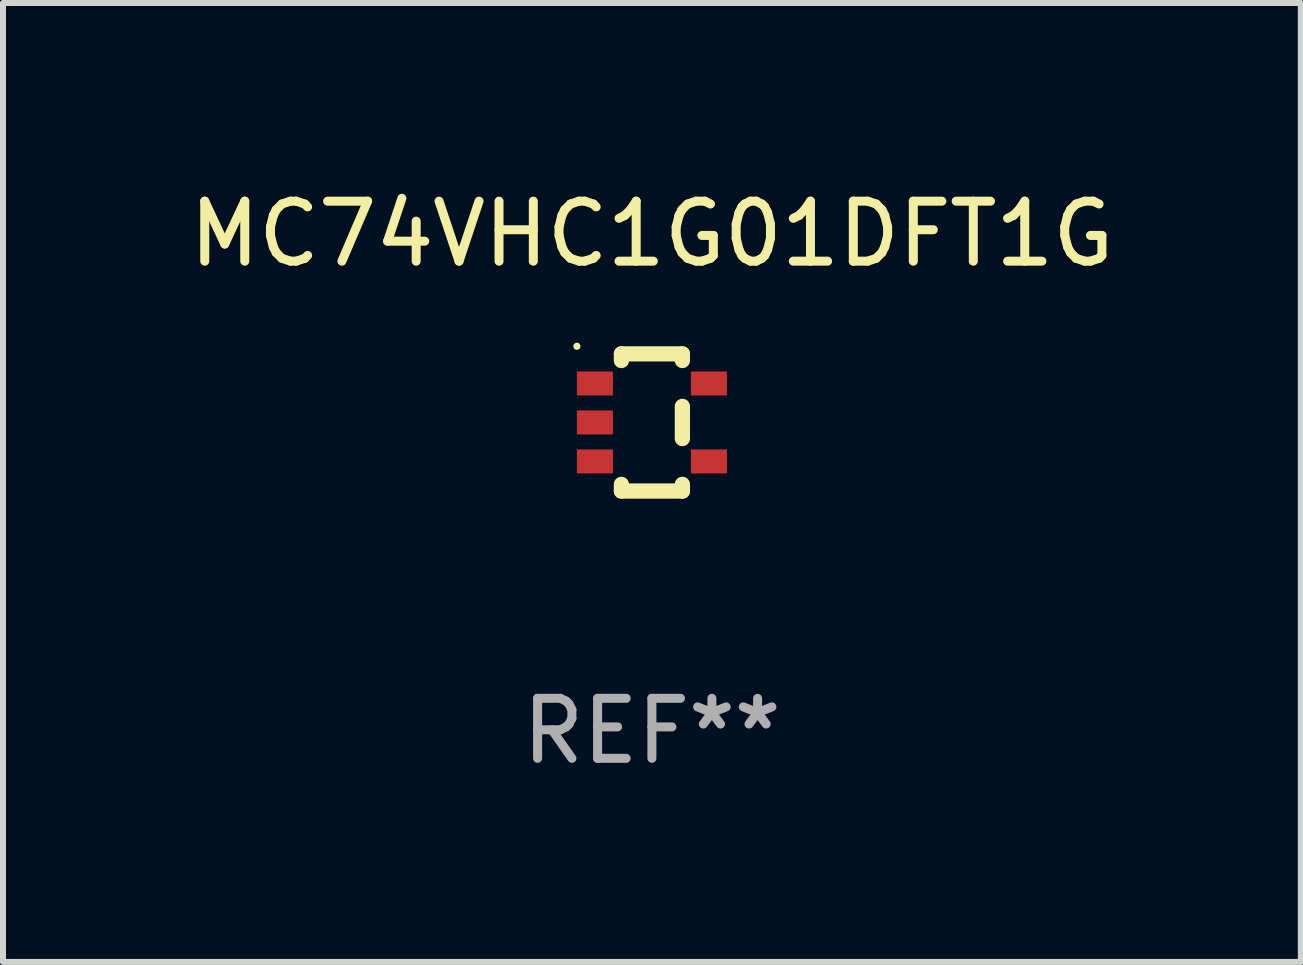
<source format=kicad_pcb>
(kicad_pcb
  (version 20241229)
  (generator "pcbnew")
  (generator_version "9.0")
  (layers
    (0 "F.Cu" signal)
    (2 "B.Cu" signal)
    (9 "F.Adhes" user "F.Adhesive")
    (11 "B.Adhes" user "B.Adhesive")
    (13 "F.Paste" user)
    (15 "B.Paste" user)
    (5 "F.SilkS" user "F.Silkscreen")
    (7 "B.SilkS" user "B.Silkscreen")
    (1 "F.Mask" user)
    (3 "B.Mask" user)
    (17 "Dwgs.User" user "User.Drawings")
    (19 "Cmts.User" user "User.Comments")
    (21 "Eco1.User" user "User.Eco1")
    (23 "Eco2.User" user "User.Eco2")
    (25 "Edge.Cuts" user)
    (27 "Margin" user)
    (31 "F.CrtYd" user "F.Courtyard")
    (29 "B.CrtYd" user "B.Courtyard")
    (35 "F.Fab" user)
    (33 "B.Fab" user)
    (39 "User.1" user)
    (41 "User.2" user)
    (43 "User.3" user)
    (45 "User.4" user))
  (footprint "MC74VHC1G01DFT1G"
    (layer "F.Cu")
    (at 7.815 3.991)
    (property "Reference" "MC74VHC1G01DFT1G" (at 0 -3.143 0) (layer "F.SilkS") (effects (font (size 1 1) (thickness 0.15))))
    (attr through_hole)
    (fp_line (start -0.508 -1.143) (end 0.508 -1.143) (stroke (width 0.254) (type solid)) (layer "F.SilkS"))
    (fp_line (start -0.508 -1.032) (end -0.508 -1.143) (stroke (width 0.254) (type solid)) (layer "F.SilkS"))
    (fp_line (start -0.508 1.143) (end -0.508 1.032) (stroke (width 0.254) (type solid)) (layer "F.SilkS"))
    (fp_line (start 0.508 -1.143) (end 0.508 -1.032) (stroke (width 0.254) (type solid)) (layer "F.SilkS"))
    (fp_line (start 0.508 -0.268) (end 0.508 0.268) (stroke (width 0.254) (type solid)) (layer "F.SilkS"))
    (fp_line (start 0.508 1.032) (end 0.508 1.143) (stroke (width 0.254) (type solid)) (layer "F.SilkS"))
    (fp_line (start 0.508 1.143) (end -0.508 1.143) (stroke (width 0.254) (type solid)) (layer "F.SilkS"))
    (fp_circle (center -1.25 -1.27) (end -1.22 -1.27) (stroke (width 0.06) (type solid)) (fill no) (layer "F.SilkS"))
    (fp_text user "REF**" (at 0 5.143 0) (layer "F.Fab") (effects (font (size 1 1) (thickness 0.15))))
    (pad "1" smd rect (at -0.95 -0.65 90) (size 0.4 0.6) (layers "F.Cu" "F.Mask" "F.Paste"))
    (pad "2" smd rect (at -0.95 0 90) (size 0.4 0.6) (layers "F.Cu" "F.Mask" "F.Paste"))
    (pad "3" smd rect (at -0.95 0.65 90) (size 0.4 0.6) (layers "F.Cu" "F.Mask" "F.Paste"))
    (pad "4" smd rect (at 0.95 0.65 90) (size 0.4 0.6) (layers "F.Cu" "F.Mask" "F.Paste"))
    (pad "5" smd rect (at 0.95 -0.65 90) (size 0.4 0.6) (layers "F.Cu" "F.Mask" "F.Paste")))
  (gr_rect
    (start -3 -3)
    (end 18.631 12.983)
    (stroke (width 0.1) (type default))
    (fill no)
    (layer "Edge.Cuts")))
</source>
